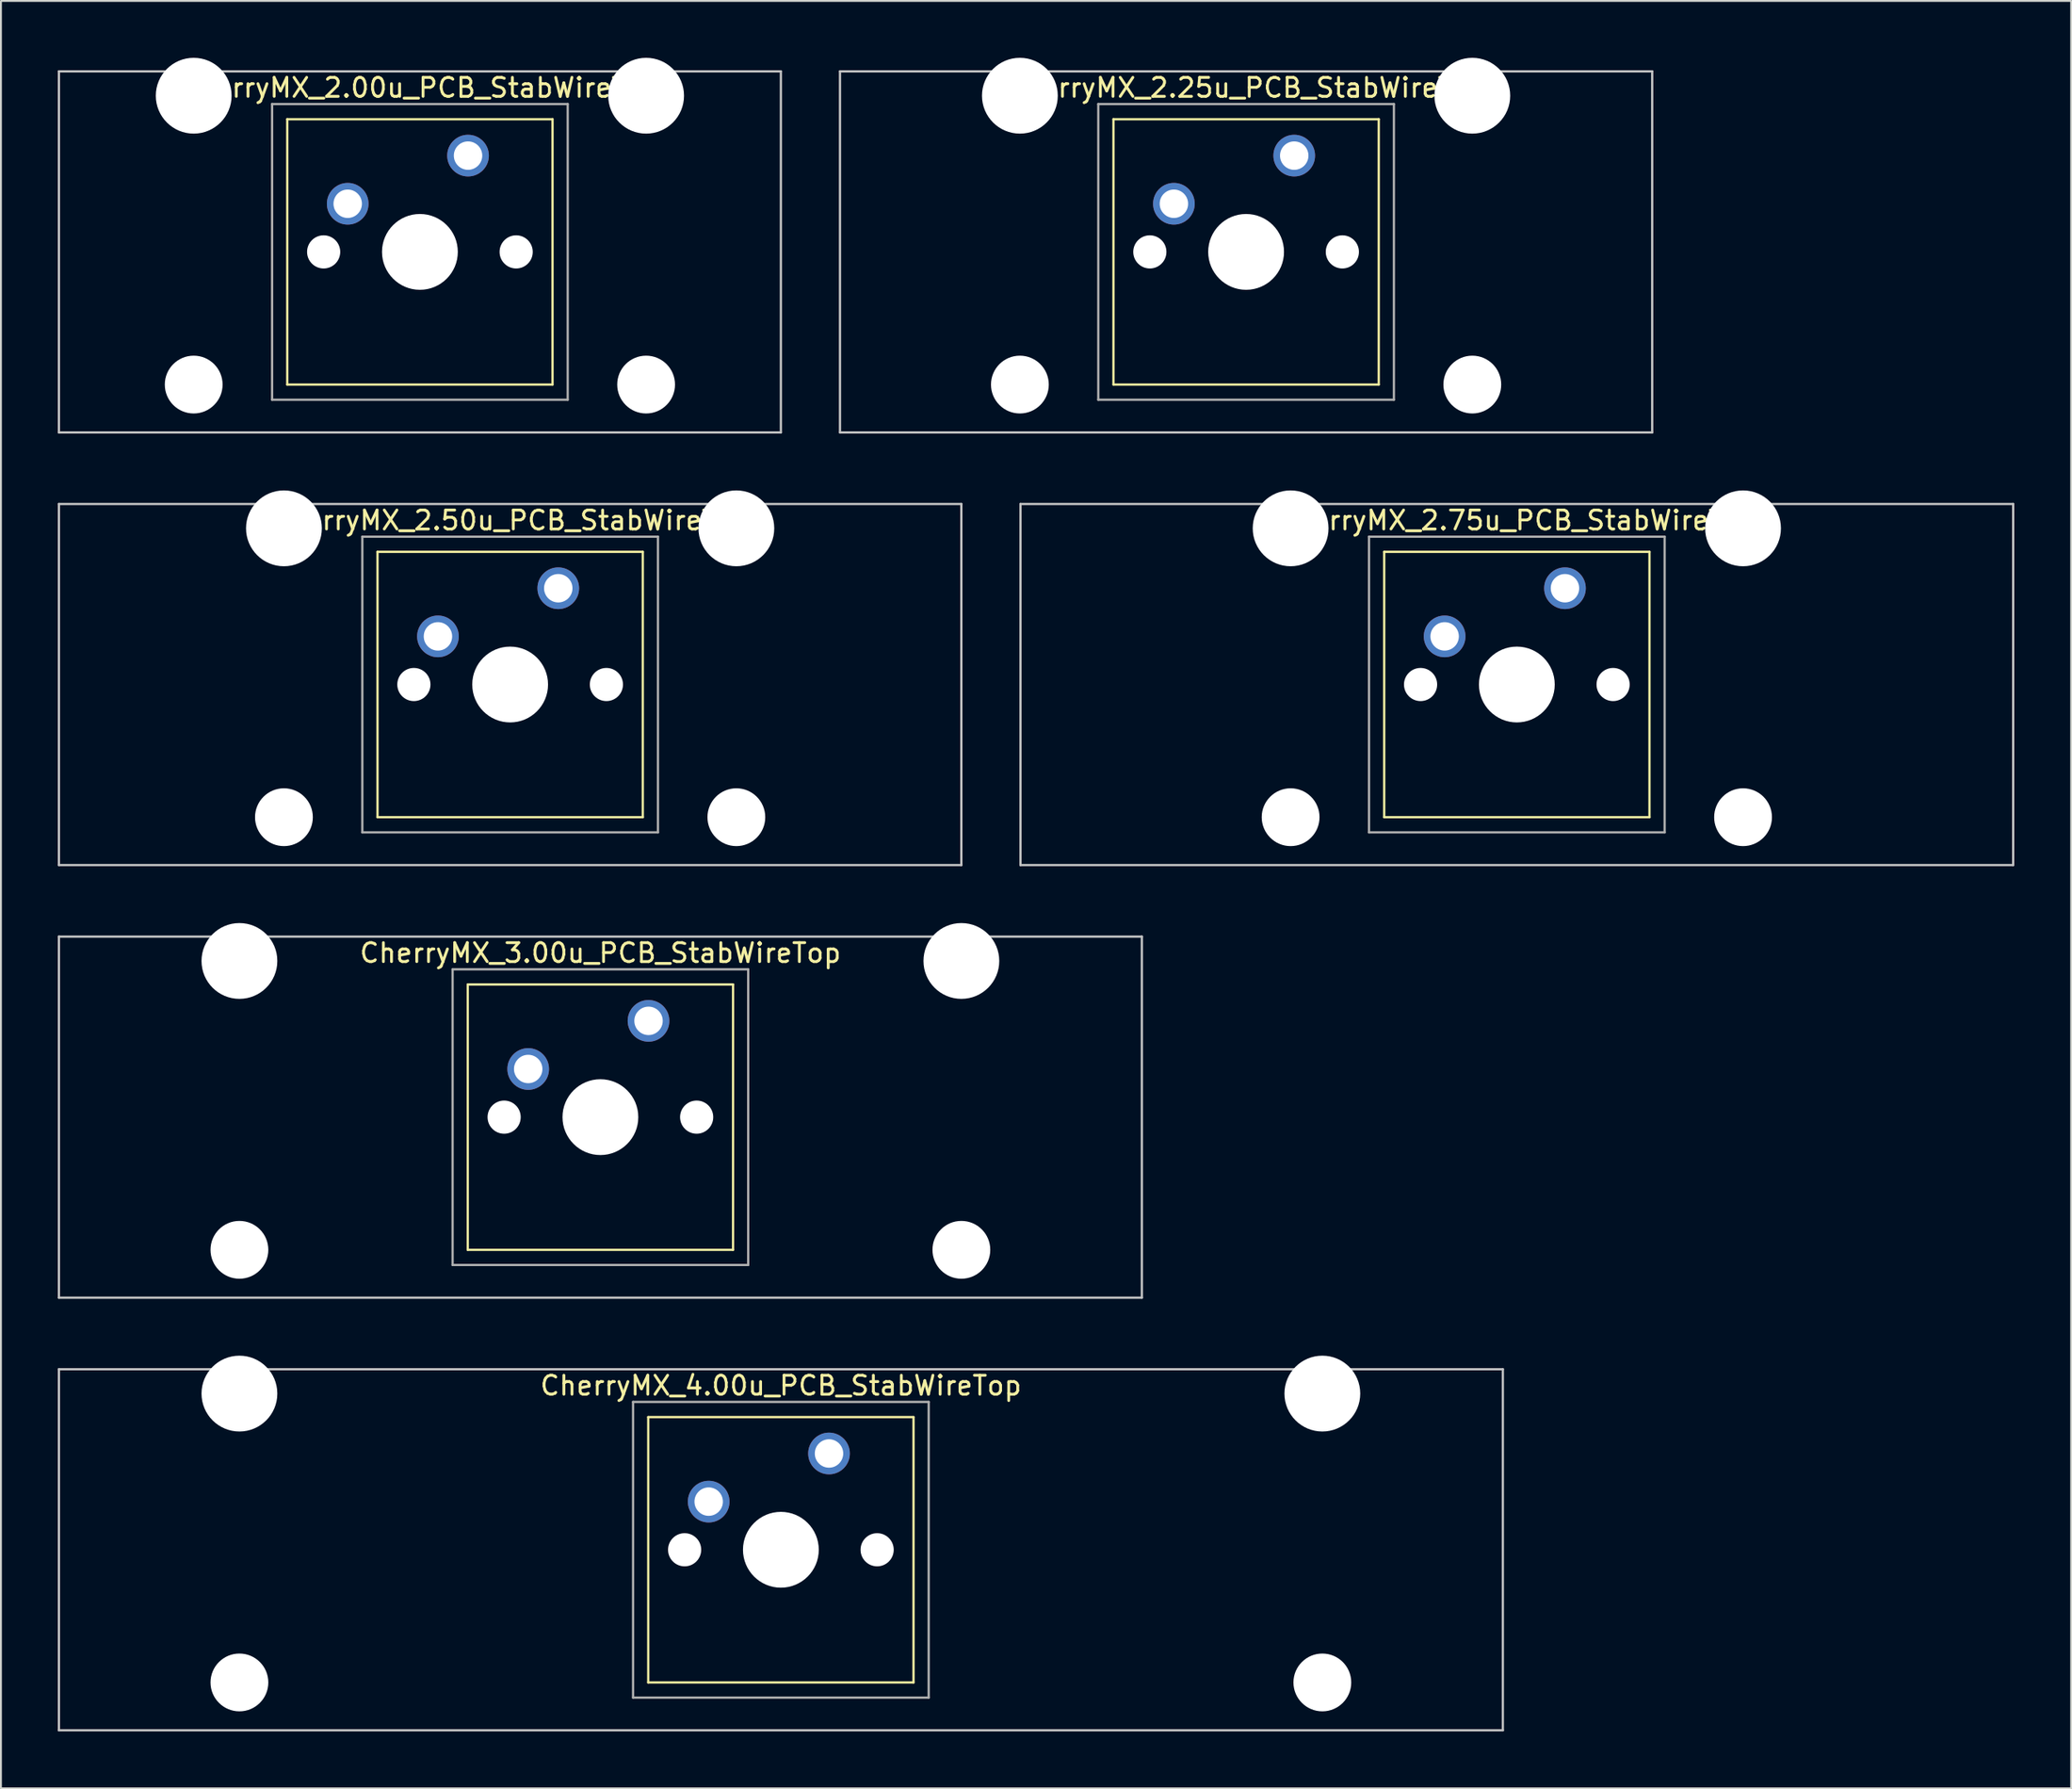
<source format=kicad_pcb>
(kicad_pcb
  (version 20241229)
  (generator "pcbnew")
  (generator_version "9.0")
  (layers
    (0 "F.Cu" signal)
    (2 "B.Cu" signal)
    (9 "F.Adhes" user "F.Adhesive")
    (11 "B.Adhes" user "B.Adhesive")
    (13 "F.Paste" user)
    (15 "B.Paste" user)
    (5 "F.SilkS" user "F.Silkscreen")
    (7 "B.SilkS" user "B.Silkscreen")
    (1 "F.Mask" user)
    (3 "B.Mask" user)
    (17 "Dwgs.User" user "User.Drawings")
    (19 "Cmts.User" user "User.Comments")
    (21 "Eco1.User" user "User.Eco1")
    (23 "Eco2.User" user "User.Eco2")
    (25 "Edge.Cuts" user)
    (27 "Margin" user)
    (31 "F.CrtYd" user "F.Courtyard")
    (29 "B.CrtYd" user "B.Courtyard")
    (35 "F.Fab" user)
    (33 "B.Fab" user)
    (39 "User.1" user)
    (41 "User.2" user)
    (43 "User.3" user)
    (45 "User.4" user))
  (footprint "CherryMX_3.00u_PCB_StabWireTop"
    (layer "F.Cu")
    (at 28.635 55.89)
    (property "Reference" "CherryMX_3.00u_PCB_StabWireTop" (at 0 -8.662 0) (layer "F.SilkS") (effects (font (size 1 1) (thickness 0.15))))
    (attr through_hole)
    (fp_line (start -7 -7) (end -7 7) (stroke (width 0.12) (type solid)) (layer "F.SilkS"))
    (fp_line (start -7 -7) (end 7 -7) (stroke (width 0.12) (type solid)) (layer "F.SilkS"))
    (fp_line (start 7 -7) (end 7 7) (stroke (width 0.12) (type solid)) (layer "F.SilkS"))
    (fp_line (start 7 7) (end -7 7) (stroke (width 0.12) (type solid)) (layer "F.SilkS"))
    (fp_line (start -28.575 -9.525) (end 28.575 -9.525) (stroke (width 0.12) (type solid)) (layer "Dwgs.User"))
    (fp_line (start -28.575 9.525) (end -28.575 -9.525) (stroke (width 0.12) (type solid)) (layer "Dwgs.User"))
    (fp_line (start 28.575 -9.525) (end 28.575 9.525) (stroke (width 0.12) (type solid)) (layer "Dwgs.User"))
    (fp_line (start 28.575 9.525) (end -28.575 9.525) (stroke (width 0.12) (type solid)) (layer "Dwgs.User"))
    (fp_line (start -7.8 -7.8) (end -7.8 7.8) (stroke (width 0.12) (type solid)) (layer "F.Fab"))
    (fp_line (start -7.8 -7.8) (end 7.8 -7.8) (stroke (width 0.12) (type solid)) (layer "F.Fab"))
    (fp_line (start -7.8 7.8) (end 7.8 7.8) (stroke (width 0.12) (type solid)) (layer "F.Fab"))
    (fp_line (start 7.8 -7.8) (end 7.8 7.8) (stroke (width 0.12) (type solid)) (layer "F.Fab"))
    (pad "" np_thru_hole circle (at -19.05 -8.24) (size 4 4) (drill 4) (layers "*.Cu" "*.Mask"))
    (pad "" np_thru_hole circle (at -19.05 7) (size 3.05 3.05) (drill 3.05) (layers "*.Cu" "*.Mask"))
    (pad "" np_thru_hole circle (at -5.08 0) (size 1.75 1.75) (drill 1.75) (layers "*.Cu" "*.Mask"))
    (pad "" np_thru_hole circle (at 0 0) (size 4 4) (drill 4) (layers "*.Cu" "*.Mask"))
    (pad "" np_thru_hole circle (at 5.08 0) (size 1.75 1.75) (drill 1.75) (layers "*.Cu" "*.Mask"))
    (pad "" np_thru_hole circle (at 19.05 -8.24) (size 4 4) (drill 4) (layers "*.Cu" "*.Mask"))
    (pad "" np_thru_hole circle (at 19.05 7) (size 3.05 3.05) (drill 3.05) (layers "*.Cu" "*.Mask"))
    (pad "1" thru_hole circle (at -3.81 -2.54) (size 2.2 2.2) (drill 1.5) (layers "*.Cu" "*.Mask"))
    (pad "2" thru_hole circle (at 2.54 -5.08) (size 2.2 2.2) (drill 1.5) (layers "*.Cu" "*.Mask")))
  (footprint "CherryMX_2.00u_PCB_StabWireTop"
    (layer "F.Cu")
    (at 19.11 10.24)
    (property "Reference" "CherryMX_2.00u_PCB_StabWireTop" (at 0 -8.662 0) (layer "F.SilkS") (effects (font (size 1 1) (thickness 0.15))))
    (attr through_hole)
    (fp_line (start -7 -7) (end -7 7) (stroke (width 0.12) (type solid)) (layer "F.SilkS"))
    (fp_line (start -7 -7) (end 7 -7) (stroke (width 0.12) (type solid)) (layer "F.SilkS"))
    (fp_line (start 7 -7) (end 7 7) (stroke (width 0.12) (type solid)) (layer "F.SilkS"))
    (fp_line (start 7 7) (end -7 7) (stroke (width 0.12) (type solid)) (layer "F.SilkS"))
    (fp_line (start -19.05 -9.525) (end 19.05 -9.525) (stroke (width 0.12) (type solid)) (layer "Dwgs.User"))
    (fp_line (start -19.05 9.525) (end -19.05 -9.525) (stroke (width 0.12) (type solid)) (layer "Dwgs.User"))
    (fp_line (start 19.05 -9.525) (end 19.05 9.525) (stroke (width 0.12) (type solid)) (layer "Dwgs.User"))
    (fp_line (start 19.05 9.525) (end -19.05 9.525) (stroke (width 0.12) (type solid)) (layer "Dwgs.User"))
    (fp_line (start -7.8 -7.8) (end -7.8 7.8) (stroke (width 0.12) (type solid)) (layer "F.Fab"))
    (fp_line (start -7.8 -7.8) (end 7.8 -7.8) (stroke (width 0.12) (type solid)) (layer "F.Fab"))
    (fp_line (start -7.8 7.8) (end 7.8 7.8) (stroke (width 0.12) (type solid)) (layer "F.Fab"))
    (fp_line (start 7.8 -7.8) (end 7.8 7.8) (stroke (width 0.12) (type solid)) (layer "F.Fab"))
    (pad "" np_thru_hole circle (at -11.938 -8.24) (size 4 4) (drill 4) (layers "*.Cu" "*.Mask"))
    (pad "" np_thru_hole circle (at -11.938 7) (size 3.05 3.05) (drill 3.05) (layers "*.Cu" "*.Mask"))
    (pad "" np_thru_hole circle (at -5.08 0) (size 1.75 1.75) (drill 1.75) (layers "*.Cu" "*.Mask"))
    (pad "" np_thru_hole circle (at 0 0) (size 4 4) (drill 4) (layers "*.Cu" "*.Mask"))
    (pad "" np_thru_hole circle (at 5.08 0) (size 1.75 1.75) (drill 1.75) (layers "*.Cu" "*.Mask"))
    (pad "" np_thru_hole circle (at 11.938 -8.24) (size 4 4) (drill 4) (layers "*.Cu" "*.Mask"))
    (pad "" np_thru_hole circle (at 11.938 7) (size 3.05 3.05) (drill 3.05) (layers "*.Cu" "*.Mask"))
    (pad "1" thru_hole circle (at -3.81 -2.54) (size 2.2 2.2) (drill 1.5) (layers "*.Cu" "*.Mask"))
    (pad "2" thru_hole circle (at 2.54 -5.08) (size 2.2 2.2) (drill 1.5) (layers "*.Cu" "*.Mask")))
  (footprint "CherryMX_4.00u_PCB_StabWireTop"
    (layer "F.Cu")
    (at 38.16 78.715)
    (property "Reference" "CherryMX_4.00u_PCB_StabWireTop" (at 0 -8.662 0) (layer "F.SilkS") (effects (font (size 1 1) (thickness 0.15))))
    (attr through_hole)
    (fp_line (start -7 -7) (end -7 7) (stroke (width 0.12) (type solid)) (layer "F.SilkS"))
    (fp_line (start -7 -7) (end 7 -7) (stroke (width 0.12) (type solid)) (layer "F.SilkS"))
    (fp_line (start 7 -7) (end 7 7) (stroke (width 0.12) (type solid)) (layer "F.SilkS"))
    (fp_line (start 7 7) (end -7 7) (stroke (width 0.12) (type solid)) (layer "F.SilkS"))
    (fp_line (start -38.1 -9.525) (end 38.1 -9.525) (stroke (width 0.12) (type solid)) (layer "Dwgs.User"))
    (fp_line (start -38.1 9.525) (end -38.1 -9.525) (stroke (width 0.12) (type solid)) (layer "Dwgs.User"))
    (fp_line (start 38.1 -9.525) (end 38.1 9.525) (stroke (width 0.12) (type solid)) (layer "Dwgs.User"))
    (fp_line (start 38.1 9.525) (end -38.1 9.525) (stroke (width 0.12) (type solid)) (layer "Dwgs.User"))
    (fp_line (start -7.8 -7.8) (end -7.8 7.8) (stroke (width 0.12) (type solid)) (layer "F.Fab"))
    (fp_line (start -7.8 -7.8) (end 7.8 -7.8) (stroke (width 0.12) (type solid)) (layer "F.Fab"))
    (fp_line (start -7.8 7.8) (end 7.8 7.8) (stroke (width 0.12) (type solid)) (layer "F.Fab"))
    (fp_line (start 7.8 -7.8) (end 7.8 7.8) (stroke (width 0.12) (type solid)) (layer "F.Fab"))
    (pad "" np_thru_hole circle (at -28.575 -8.24) (size 4 4) (drill 4) (layers "*.Cu" "*.Mask"))
    (pad "" np_thru_hole circle (at -28.575 7) (size 3.05 3.05) (drill 3.05) (layers "*.Cu" "*.Mask"))
    (pad "" np_thru_hole circle (at -5.08 0) (size 1.75 1.75) (drill 1.75) (layers "*.Cu" "*.Mask"))
    (pad "" np_thru_hole circle (at 0 0) (size 4 4) (drill 4) (layers "*.Cu" "*.Mask"))
    (pad "" np_thru_hole circle (at 5.08 0) (size 1.75 1.75) (drill 1.75) (layers "*.Cu" "*.Mask"))
    (pad "" np_thru_hole circle (at 28.575 -8.24) (size 4 4) (drill 4) (layers "*.Cu" "*.Mask"))
    (pad "" np_thru_hole circle (at 28.575 7) (size 3.05 3.05) (drill 3.05) (layers "*.Cu" "*.Mask"))
    (pad "1" thru_hole circle (at -3.81 -2.54) (size 2.2 2.2) (drill 1.5) (layers "*.Cu" "*.Mask"))
    (pad "2" thru_hole circle (at 2.54 -5.08) (size 2.2 2.2) (drill 1.5) (layers "*.Cu" "*.Mask")))
  (footprint "CherryMX_2.25u_PCB_StabWireTop"
    (layer "F.Cu")
    (at 62.711 10.24)
    (property "Reference" "CherryMX_2.25u_PCB_StabWireTop" (at 0 -8.662 0) (layer "F.SilkS") (effects (font (size 1 1) (thickness 0.15))))
    (attr through_hole)
    (fp_line (start -7 -7) (end -7 7) (stroke (width 0.12) (type solid)) (layer "F.SilkS"))
    (fp_line (start -7 -7) (end 7 -7) (stroke (width 0.12) (type solid)) (layer "F.SilkS"))
    (fp_line (start 7 -7) (end 7 7) (stroke (width 0.12) (type solid)) (layer "F.SilkS"))
    (fp_line (start 7 7) (end -7 7) (stroke (width 0.12) (type solid)) (layer "F.SilkS"))
    (fp_line (start -21.431 -9.525) (end 21.431 -9.525) (stroke (width 0.12) (type solid)) (layer "Dwgs.User"))
    (fp_line (start -21.431 9.525) (end -21.431 -9.525) (stroke (width 0.12) (type solid)) (layer "Dwgs.User"))
    (fp_line (start 21.431 -9.525) (end 21.431 9.525) (stroke (width 0.12) (type solid)) (layer "Dwgs.User"))
    (fp_line (start 21.431 9.525) (end -21.431 9.525) (stroke (width 0.12) (type solid)) (layer "Dwgs.User"))
    (fp_line (start -7.8 -7.8) (end -7.8 7.8) (stroke (width 0.12) (type solid)) (layer "F.Fab"))
    (fp_line (start -7.8 -7.8) (end 7.8 -7.8) (stroke (width 0.12) (type solid)) (layer "F.Fab"))
    (fp_line (start -7.8 7.8) (end 7.8 7.8) (stroke (width 0.12) (type solid)) (layer "F.Fab"))
    (fp_line (start 7.8 -7.8) (end 7.8 7.8) (stroke (width 0.12) (type solid)) (layer "F.Fab"))
    (pad "" np_thru_hole circle (at -11.938 -8.24) (size 4 4) (drill 4) (layers "*.Cu" "*.Mask"))
    (pad "" np_thru_hole circle (at -11.938 7) (size 3.05 3.05) (drill 3.05) (layers "*.Cu" "*.Mask"))
    (pad "" np_thru_hole circle (at -5.08 0) (size 1.75 1.75) (drill 1.75) (layers "*.Cu" "*.Mask"))
    (pad "" np_thru_hole circle (at 0 0) (size 4 4) (drill 4) (layers "*.Cu" "*.Mask"))
    (pad "" np_thru_hole circle (at 5.08 0) (size 1.75 1.75) (drill 1.75) (layers "*.Cu" "*.Mask"))
    (pad "" np_thru_hole circle (at 11.938 -8.24) (size 4 4) (drill 4) (layers "*.Cu" "*.Mask"))
    (pad "" np_thru_hole circle (at 11.938 7) (size 3.05 3.05) (drill 3.05) (layers "*.Cu" "*.Mask"))
    (pad "1" thru_hole circle (at -3.81 -2.54) (size 2.2 2.2) (drill 1.5) (layers "*.Cu" "*.Mask"))
    (pad "2" thru_hole circle (at 2.54 -5.08) (size 2.2 2.2) (drill 1.5) (layers "*.Cu" "*.Mask")))
  (footprint "CherryMX_2.75u_PCB_StabWireTop"
    (layer "F.Cu")
    (at 76.999 33.065)
    (property "Reference" "CherryMX_2.75u_PCB_StabWireTop" (at 0 -8.662 0) (layer "F.SilkS") (effects (font (size 1 1) (thickness 0.15))))
    (attr through_hole)
    (fp_line (start -7 -7) (end -7 7) (stroke (width 0.12) (type solid)) (layer "F.SilkS"))
    (fp_line (start -7 -7) (end 7 -7) (stroke (width 0.12) (type solid)) (layer "F.SilkS"))
    (fp_line (start 7 -7) (end 7 7) (stroke (width 0.12) (type solid)) (layer "F.SilkS"))
    (fp_line (start 7 7) (end -7 7) (stroke (width 0.12) (type solid)) (layer "F.SilkS"))
    (fp_line (start -26.194 -9.525) (end 26.194 -9.525) (stroke (width 0.12) (type solid)) (layer "Dwgs.User"))
    (fp_line (start -26.194 9.525) (end -26.194 -9.525) (stroke (width 0.12) (type solid)) (layer "Dwgs.User"))
    (fp_line (start 26.194 -9.525) (end 26.194 9.525) (stroke (width 0.12) (type solid)) (layer "Dwgs.User"))
    (fp_line (start 26.194 9.525) (end -26.194 9.525) (stroke (width 0.12) (type solid)) (layer "Dwgs.User"))
    (fp_line (start -7.8 -7.8) (end -7.8 7.8) (stroke (width 0.12) (type solid)) (layer "F.Fab"))
    (fp_line (start -7.8 -7.8) (end 7.8 -7.8) (stroke (width 0.12) (type solid)) (layer "F.Fab"))
    (fp_line (start -7.8 7.8) (end 7.8 7.8) (stroke (width 0.12) (type solid)) (layer "F.Fab"))
    (fp_line (start 7.8 -7.8) (end 7.8 7.8) (stroke (width 0.12) (type solid)) (layer "F.Fab"))
    (pad "" np_thru_hole circle (at -11.938 -8.24) (size 4 4) (drill 4) (layers "*.Cu" "*.Mask"))
    (pad "" np_thru_hole circle (at -11.938 7) (size 3.05 3.05) (drill 3.05) (layers "*.Cu" "*.Mask"))
    (pad "" np_thru_hole circle (at -5.08 0) (size 1.75 1.75) (drill 1.75) (layers "*.Cu" "*.Mask"))
    (pad "" np_thru_hole circle (at 0 0) (size 4 4) (drill 4) (layers "*.Cu" "*.Mask"))
    (pad "" np_thru_hole circle (at 5.08 0) (size 1.75 1.75) (drill 1.75) (layers "*.Cu" "*.Mask"))
    (pad "" np_thru_hole circle (at 11.938 -8.24) (size 4 4) (drill 4) (layers "*.Cu" "*.Mask"))
    (pad "" np_thru_hole circle (at 11.938 7) (size 3.05 3.05) (drill 3.05) (layers "*.Cu" "*.Mask"))
    (pad "1" thru_hole circle (at -3.81 -2.54) (size 2.2 2.2) (drill 1.5) (layers "*.Cu" "*.Mask"))
    (pad "2" thru_hole circle (at 2.54 -5.08) (size 2.2 2.2) (drill 1.5) (layers "*.Cu" "*.Mask")))
  (footprint "CherryMX_2.50u_PCB_StabWireTop"
    (layer "F.Cu")
    (at 23.872 33.065)
    (property "Reference" "CherryMX_2.50u_PCB_StabWireTop" (at 0 -8.662 0) (layer "F.SilkS") (effects (font (size 1 1) (thickness 0.15))))
    (attr through_hole)
    (fp_line (start -7 -7) (end -7 7) (stroke (width 0.12) (type solid)) (layer "F.SilkS"))
    (fp_line (start -7 -7) (end 7 -7) (stroke (width 0.12) (type solid)) (layer "F.SilkS"))
    (fp_line (start 7 -7) (end 7 7) (stroke (width 0.12) (type solid)) (layer "F.SilkS"))
    (fp_line (start 7 7) (end -7 7) (stroke (width 0.12) (type solid)) (layer "F.SilkS"))
    (fp_line (start -23.812 -9.525) (end 23.812 -9.525) (stroke (width 0.12) (type solid)) (layer "Dwgs.User"))
    (fp_line (start -23.812 9.525) (end -23.812 -9.525) (stroke (width 0.12) (type solid)) (layer "Dwgs.User"))
    (fp_line (start 23.812 -9.525) (end 23.812 9.525) (stroke (width 0.12) (type solid)) (layer "Dwgs.User"))
    (fp_line (start 23.812 9.525) (end -23.812 9.525) (stroke (width 0.12) (type solid)) (layer "Dwgs.User"))
    (fp_line (start -7.8 -7.8) (end -7.8 7.8) (stroke (width 0.12) (type solid)) (layer "F.Fab"))
    (fp_line (start -7.8 -7.8) (end 7.8 -7.8) (stroke (width 0.12) (type solid)) (layer "F.Fab"))
    (fp_line (start -7.8 7.8) (end 7.8 7.8) (stroke (width 0.12) (type solid)) (layer "F.Fab"))
    (fp_line (start 7.8 -7.8) (end 7.8 7.8) (stroke (width 0.12) (type solid)) (layer "F.Fab"))
    (pad "" np_thru_hole circle (at -11.938 -8.24) (size 4 4) (drill 4) (layers "*.Cu" "*.Mask"))
    (pad "" np_thru_hole circle (at -11.938 7) (size 3.05 3.05) (drill 3.05) (layers "*.Cu" "*.Mask"))
    (pad "" np_thru_hole circle (at -5.08 0) (size 1.75 1.75) (drill 1.75) (layers "*.Cu" "*.Mask"))
    (pad "" np_thru_hole circle (at 0 0) (size 4 4) (drill 4) (layers "*.Cu" "*.Mask"))
    (pad "" np_thru_hole circle (at 5.08 0) (size 1.75 1.75) (drill 1.75) (layers "*.Cu" "*.Mask"))
    (pad "" np_thru_hole circle (at 11.938 -8.24) (size 4 4) (drill 4) (layers "*.Cu" "*.Mask"))
    (pad "" np_thru_hole circle (at 11.938 7) (size 3.05 3.05) (drill 3.05) (layers "*.Cu" "*.Mask"))
    (pad "1" thru_hole circle (at -3.81 -2.54) (size 2.2 2.2) (drill 1.5) (layers "*.Cu" "*.Mask"))
    (pad "2" thru_hole circle (at 2.54 -5.08) (size 2.2 2.2) (drill 1.5) (layers "*.Cu" "*.Mask")))
  (gr_rect
    (start -3 -3)
    (end 106.252 91.3)
    (stroke (width 0.1) (type default))
    (fill no)
    (layer "Edge.Cuts")))
</source>
